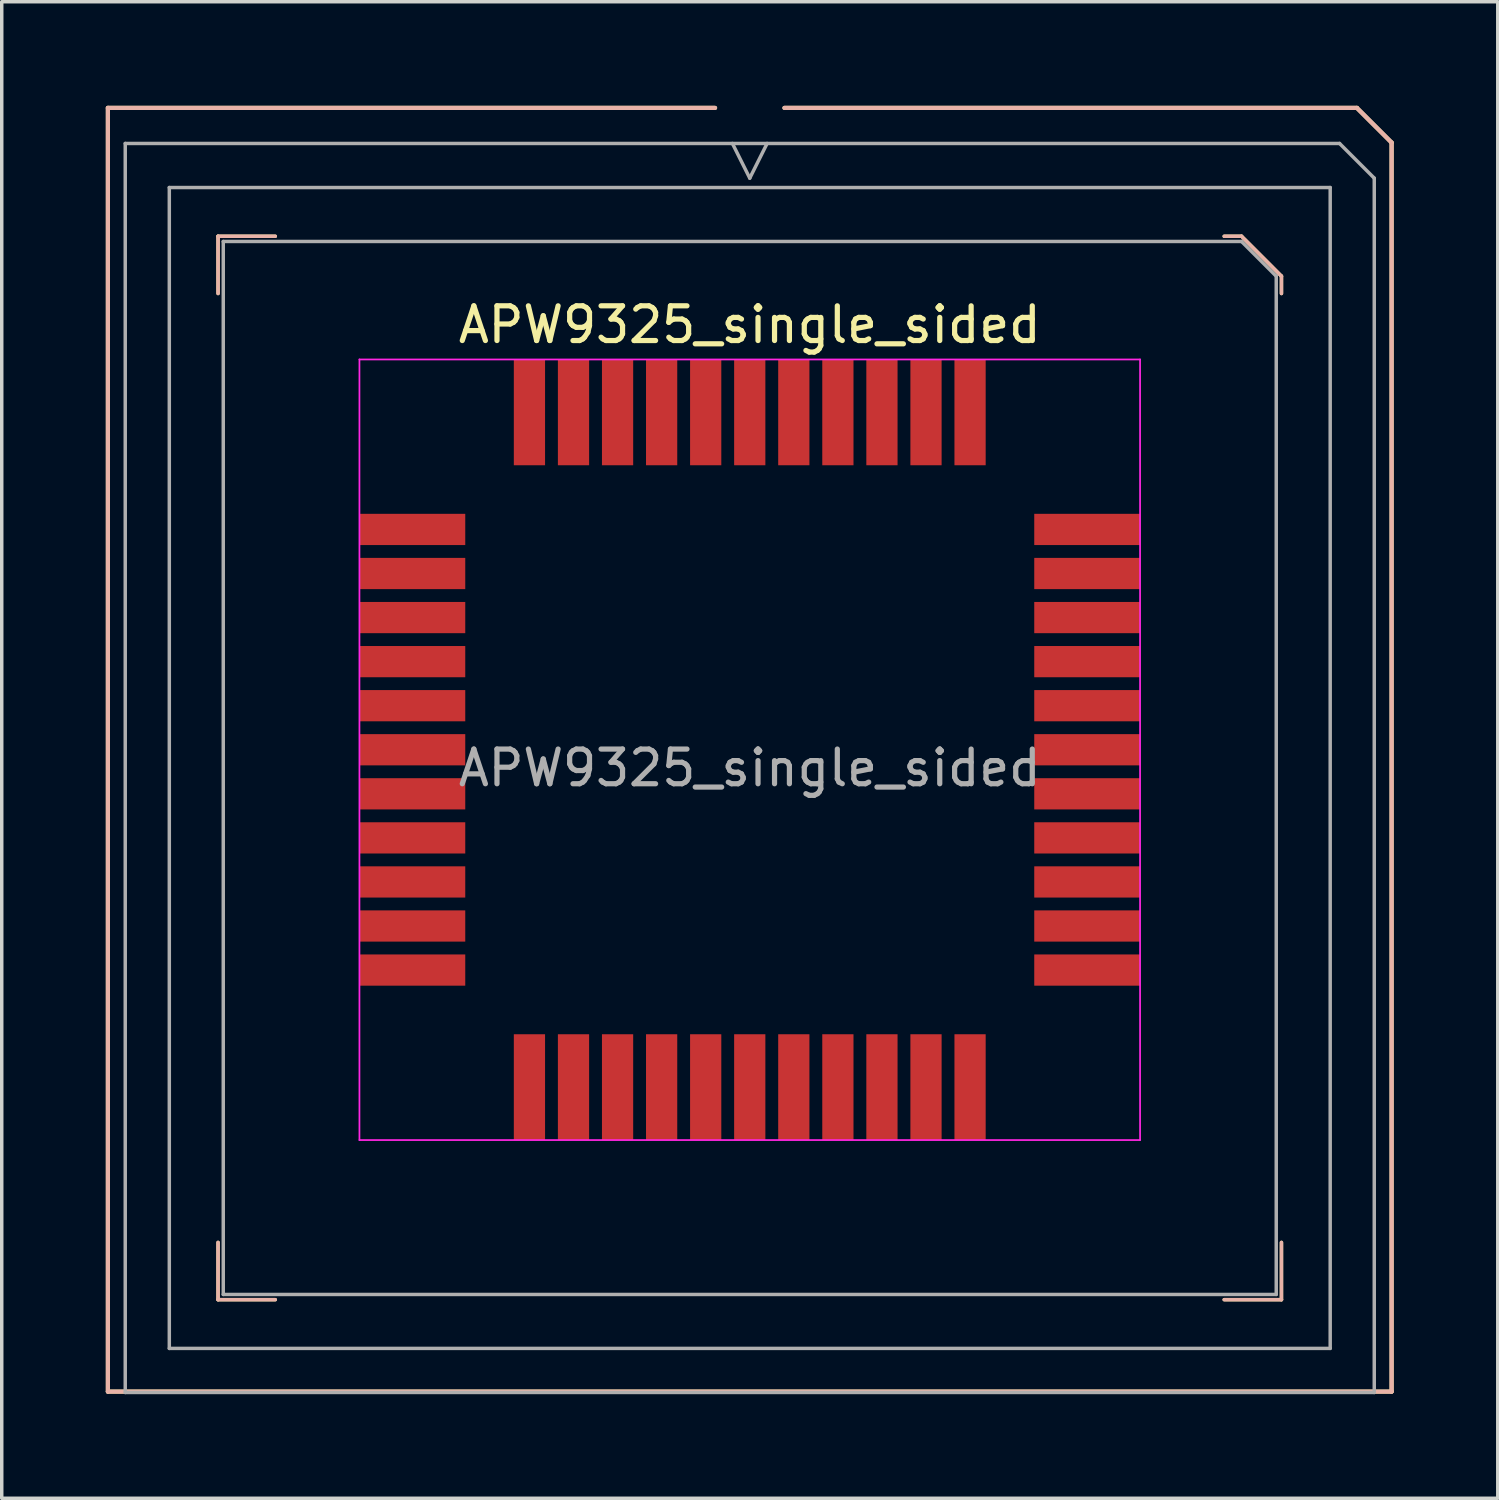
<source format=kicad_pcb>
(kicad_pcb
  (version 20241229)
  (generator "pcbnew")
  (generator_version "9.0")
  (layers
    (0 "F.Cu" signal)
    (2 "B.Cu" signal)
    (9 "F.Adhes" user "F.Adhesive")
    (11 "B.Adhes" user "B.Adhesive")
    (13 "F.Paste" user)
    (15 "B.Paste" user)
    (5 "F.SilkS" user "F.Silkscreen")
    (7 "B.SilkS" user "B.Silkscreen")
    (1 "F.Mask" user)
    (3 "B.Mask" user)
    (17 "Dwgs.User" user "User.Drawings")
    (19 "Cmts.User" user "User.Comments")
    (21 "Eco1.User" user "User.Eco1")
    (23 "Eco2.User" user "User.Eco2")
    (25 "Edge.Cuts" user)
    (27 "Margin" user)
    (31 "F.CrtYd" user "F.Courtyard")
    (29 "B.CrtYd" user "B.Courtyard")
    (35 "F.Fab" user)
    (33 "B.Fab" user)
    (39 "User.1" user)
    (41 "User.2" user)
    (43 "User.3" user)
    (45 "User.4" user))
  (footprint "APW9325_single_sided"
    (layer "F.Cu")
    (at 18.56 18.56)
    (property "Reference" "APW9325_single_sided" (at 0 -12.25 180) (layer "F.SilkS") (effects (font (size 1 1) (thickness 0.15))))
    (attr smd)
    (fp_line (start -18.5 -18.5) (end -1 -18.5) (stroke (width 0.12) (type solid)) (layer "F.SilkS"))
    (fp_line (start -18.5 18.5) (end -18.5 -18.5) (stroke (width 0.12) (type solid)) (layer "F.SilkS"))
    (fp_line (start -15.325 -14.8) (end -15.325 -13.15) (stroke (width 0.1) (type solid)) (layer "F.SilkS"))
    (fp_line (start -15.325 15.85) (end -15.325 14.2) (stroke (width 0.1) (type solid)) (layer "F.SilkS"))
    (fp_line (start -13.675 -14.8) (end -15.325 -14.8) (stroke (width 0.1) (type solid)) (layer "F.SilkS"))
    (fp_line (start -13.675 15.85) (end -15.325 15.85) (stroke (width 0.1) (type solid)) (layer "F.SilkS"))
    (fp_line (start 1 -18.5) (end 17.5 -18.5) (stroke (width 0.12) (type solid)) (layer "F.SilkS"))
    (fp_line (start 13.675 -14.8) (end 14.175 -14.8) (stroke (width 0.1) (type solid)) (layer "F.SilkS"))
    (fp_line (start 13.675 15.85) (end 15.325 15.85) (stroke (width 0.1) (type solid)) (layer "F.SilkS"))
    (fp_line (start 14.175 -14.8) (end 15.325 -13.65) (stroke (width 0.1) (type solid)) (layer "F.SilkS"))
    (fp_line (start 15.325 -13.65) (end 15.325 -13.15) (stroke (width 0.1) (type solid)) (layer "F.SilkS"))
    (fp_line (start 15.325 15.85) (end 15.325 14.2) (stroke (width 0.1) (type solid)) (layer "F.SilkS"))
    (fp_line (start 17.5 -18.5) (end 18.5 -17.5) (stroke (width 0.12) (type solid)) (layer "F.SilkS"))
    (fp_line (start 18.5 -17.5) (end 18.5 18.5) (stroke (width 0.12) (type solid)) (layer "F.SilkS"))
    (fp_line (start 18.5 18.5) (end -18.5 18.5) (stroke (width 0.12) (type solid)) (layer "F.SilkS"))
    (fp_line (start -18.5 -18.5) (end -1 -18.5) (stroke (width 0.12) (type solid)) (layer "B.SilkS"))
    (fp_line (start -18.5 18.5) (end -18.5 -18.5) (stroke (width 0.12) (type solid)) (layer "B.SilkS"))
    (fp_line (start -15.325 -14.8) (end -15.325 -13.15) (stroke (width 0.1) (type solid)) (layer "B.SilkS"))
    (fp_line (start -15.325 15.85) (end -15.325 14.2) (stroke (width 0.1) (type solid)) (layer "B.SilkS"))
    (fp_line (start -13.675 -14.8) (end -15.325 -14.8) (stroke (width 0.1) (type solid)) (layer "B.SilkS"))
    (fp_line (start -13.675 15.85) (end -15.325 15.85) (stroke (width 0.1) (type solid)) (layer "B.SilkS"))
    (fp_line (start 1 -18.5) (end 17.5 -18.5) (stroke (width 0.12) (type solid)) (layer "B.SilkS"))
    (fp_line (start 13.675 -14.8) (end 14.175 -14.8) (stroke (width 0.1) (type solid)) (layer "B.SilkS"))
    (fp_line (start 13.675 15.85) (end 15.325 15.85) (stroke (width 0.1) (type solid)) (layer "B.SilkS"))
    (fp_line (start 14.175 -14.8) (end 15.325 -13.65) (stroke (width 0.1) (type solid)) (layer "B.SilkS"))
    (fp_line (start 15.325 -13.65) (end 15.325 -13.15) (stroke (width 0.1) (type solid)) (layer "B.SilkS"))
    (fp_line (start 15.325 15.85) (end 15.325 14.2) (stroke (width 0.1) (type solid)) (layer "B.SilkS"))
    (fp_line (start 17.5 -18.5) (end 18.5 -17.5) (stroke (width 0.12) (type solid)) (layer "B.SilkS"))
    (fp_line (start 18.5 -17.5) (end 18.5 18.5) (stroke (width 0.12) (type solid)) (layer "B.SilkS"))
    (fp_line (start 18.5 18.5) (end -18.5 18.5) (stroke (width 0.12) (type solid)) (layer "B.SilkS"))
    (fp_line (start -11.25 -11.25) (end 11.25 -11.25) (stroke (width 0.05) (type solid)) (layer "F.CrtYd"))
    (fp_line (start -11.25 11.25) (end -11.25 -11.25) (stroke (width 0.05) (type solid)) (layer "F.CrtYd"))
    (fp_line (start 11.25 -11.25) (end 11.25 11.25) (stroke (width 0.05) (type solid)) (layer "F.CrtYd"))
    (fp_line (start 11.25 11.25) (end -11.25 11.25) (stroke (width 0.05) (type solid)) (layer "F.CrtYd"))
    (fp_line (start -18 -17.475) (end 17 -17.475) (stroke (width 0.1) (type solid)) (layer "F.Fab"))
    (fp_line (start -18 18.525) (end -18 -17.475) (stroke (width 0.1) (type solid)) (layer "F.Fab"))
    (fp_line (start -16.73 -16.205) (end 16.73 -16.205) (stroke (width 0.1) (type solid)) (layer "F.Fab"))
    (fp_line (start -16.73 17.255) (end -16.73 -16.205) (stroke (width 0.1) (type solid)) (layer "F.Fab"))
    (fp_line (start -15.175 -14.65) (end 14.175 -14.65) (stroke (width 0.1) (type solid)) (layer "F.Fab"))
    (fp_line (start -15.175 15.7) (end -15.175 -14.65) (stroke (width 0.1) (type solid)) (layer "F.Fab"))
    (fp_line (start 0 -16.475) (end -0.5 -17.475) (stroke (width 0.1) (type solid)) (layer "F.Fab"))
    (fp_line (start 0.5 -17.475) (end 0 -16.475) (stroke (width 0.1) (type solid)) (layer "F.Fab"))
    (fp_line (start 14.175 -14.65) (end 15.175 -13.65) (stroke (width 0.1) (type solid)) (layer "F.Fab"))
    (fp_line (start 15.175 -13.65) (end 15.175 15.7) (stroke (width 0.1) (type solid)) (layer "F.Fab"))
    (fp_line (start 15.175 15.7) (end -15.175 15.7) (stroke (width 0.1) (type solid)) (layer "F.Fab"))
    (fp_line (start 16.73 -16.205) (end 16.73 17.255) (stroke (width 0.1) (type solid)) (layer "F.Fab"))
    (fp_line (start 16.73 17.255) (end -16.73 17.255) (stroke (width 0.1) (type solid)) (layer "F.Fab"))
    (fp_line (start 17 -17.475) (end 18 -16.475) (stroke (width 0.1) (type solid)) (layer "F.Fab"))
    (fp_line (start 18 -16.475) (end 18 18.525) (stroke (width 0.1) (type solid)) (layer "F.Fab"))
    (fp_line (start 18 18.525) (end -18 18.525) (stroke (width 0.1) (type solid)) (layer "F.Fab"))
    (fp_text user "${REFERENCE}" (at 0 0.525 180) (layer "F.Fab") (effects (font (size 1 1) (thickness 0.15))))
    (pad "1" smd rect (at 0 -9.725) (size 0.9 3.05) (layers "F.Cu" "F.Mask" "F.Paste"))
    (pad "2" smd rect (at 1.27 -9.725) (size 0.9 3.05) (layers "F.Cu" "F.Mask" "F.Paste"))
    (pad "3" smd rect (at 2.54 -9.725) (size 0.9 3.05) (layers "F.Cu" "F.Mask" "F.Paste"))
    (pad "4" smd rect (at 3.81 -9.725) (size 0.9 3.05) (layers "F.Cu" "F.Mask" "F.Paste"))
    (pad "5" smd rect (at 5.08 -9.725) (size 0.9 3.05) (layers "F.Cu" "F.Mask" "F.Paste"))
    (pad "6" smd rect (at 6.35 -9.725) (size 0.9 3.05) (layers "F.Cu" "F.Mask" "F.Paste"))
    (pad "7" smd rect (at 9.725 -6.35) (size 3.05 0.9) (layers "F.Cu" "F.Mask" "F.Paste"))
    (pad "8" smd rect (at 9.725 -5.08) (size 3.05 0.9) (layers "F.Cu" "F.Mask" "F.Paste"))
    (pad "9" smd rect (at 9.725 -3.81) (size 3.05 0.9) (layers "F.Cu" "F.Mask" "F.Paste"))
    (pad "10" smd rect (at 9.725 -2.54) (size 3.05 0.9) (layers "F.Cu" "F.Mask" "F.Paste"))
    (pad "11" smd rect (at 9.725 -1.27) (size 3.05 0.9) (layers "F.Cu" "F.Mask" "F.Paste"))
    (pad "12" smd rect (at 9.725 0) (size 3.05 0.9) (layers "F.Cu" "F.Mask" "F.Paste"))
    (pad "13" smd rect (at 9.725 1.27) (size 3.05 0.9) (layers "F.Cu" "F.Mask" "F.Paste"))
    (pad "14" smd rect (at 9.725 2.54) (size 3.05 0.9) (layers "F.Cu" "F.Mask" "F.Paste"))
    (pad "15" smd rect (at 9.725 3.81) (size 3.05 0.9) (layers "F.Cu" "F.Mask" "F.Paste"))
    (pad "16" smd rect (at 9.725 5.08) (size 3.05 0.9) (layers "F.Cu" "F.Mask" "F.Paste"))
    (pad "17" smd rect (at 9.725 6.35) (size 3.05 0.9) (layers "F.Cu" "F.Mask" "F.Paste"))
    (pad "18" smd rect (at 6.35 9.725) (size 0.9 3.05) (layers "F.Cu" "F.Mask" "F.Paste"))
    (pad "19" smd rect (at 5.08 9.725) (size 0.9 3.05) (layers "F.Cu" "F.Mask" "F.Paste"))
    (pad "20" smd rect (at 3.81 9.725) (size 0.9 3.05) (layers "F.Cu" "F.Mask" "F.Paste"))
    (pad "21" smd rect (at 2.54 9.725) (size 0.9 3.05) (layers "F.Cu" "F.Mask" "F.Paste"))
    (pad "22" smd rect (at 1.27 9.725) (size 0.9 3.05) (layers "F.Cu" "F.Mask" "F.Paste"))
    (pad "23" smd rect (at 0 9.725) (size 0.9 3.05) (layers "F.Cu" "F.Mask" "F.Paste"))
    (pad "24" smd rect (at -1.27 9.725) (size 0.9 3.05) (layers "F.Cu" "F.Mask" "F.Paste"))
    (pad "25" smd rect (at -2.54 9.725) (size 0.9 3.05) (layers "F.Cu" "F.Mask" "F.Paste"))
    (pad "26" smd rect (at -3.81 9.725) (size 0.9 3.05) (layers "F.Cu" "F.Mask" "F.Paste"))
    (pad "27" smd rect (at -5.08 9.725) (size 0.9 3.05) (layers "F.Cu" "F.Mask" "F.Paste"))
    (pad "28" smd rect (at -6.35 9.725) (size 0.9 3.05) (layers "F.Cu" "F.Mask" "F.Paste"))
    (pad "29" smd rect (at -9.725 6.35) (size 3.05 0.9) (layers "F.Cu" "F.Mask" "F.Paste"))
    (pad "30" smd rect (at -9.725 5.08) (size 3.05 0.9) (layers "F.Cu" "F.Mask" "F.Paste"))
    (pad "31" smd rect (at -9.725 3.81) (size 3.05 0.9) (layers "F.Cu" "F.Mask" "F.Paste"))
    (pad "32" smd rect (at -9.725 2.54) (size 3.05 0.9) (layers "F.Cu" "F.Mask" "F.Paste"))
    (pad "33" smd rect (at -9.725 1.27) (size 3.05 0.9) (layers "F.Cu" "F.Mask" "F.Paste"))
    (pad "34" smd rect (at -9.725 0) (size 3.05 0.9) (layers "F.Cu" "F.Mask" "F.Paste"))
    (pad "35" smd rect (at -9.725 -1.27) (size 3.05 0.9) (layers "F.Cu" "F.Mask" "F.Paste"))
    (pad "36" smd rect (at -9.725 -2.54) (size 3.05 0.9) (layers "F.Cu" "F.Mask" "F.Paste"))
    (pad "37" smd rect (at -9.725 -3.81) (size 3.05 0.9) (layers "F.Cu" "F.Mask" "F.Paste"))
    (pad "38" smd rect (at -9.725 -5.08) (size 3.05 0.9) (layers "F.Cu" "F.Mask" "F.Paste"))
    (pad "39" smd rect (at -9.725 -6.35) (size 3.05 0.9) (layers "F.Cu" "F.Mask" "F.Paste"))
    (pad "40" smd rect (at -6.35 -9.725) (size 0.9 3.05) (layers "F.Cu" "F.Mask" "F.Paste"))
    (pad "41" smd rect (at -5.08 -9.725) (size 0.9 3.05) (layers "F.Cu" "F.Mask" "F.Paste"))
    (pad "42" smd rect (at -3.81 -9.725) (size 0.9 3.05) (layers "F.Cu" "F.Mask" "F.Paste"))
    (pad "43" smd rect (at -2.54 -9.725) (size 0.9 3.05) (layers "F.Cu" "F.Mask" "F.Paste"))
    (pad "44" smd rect (at -1.27 -9.725) (size 0.9 3.05) (layers "F.Cu" "F.Mask" "F.Paste")))
  (gr_rect
    (start -3 -3)
    (end 40.12 40.135)
    (stroke (width 0.1) (type default))
    (fill no)
    (layer "Edge.Cuts")))
</source>
